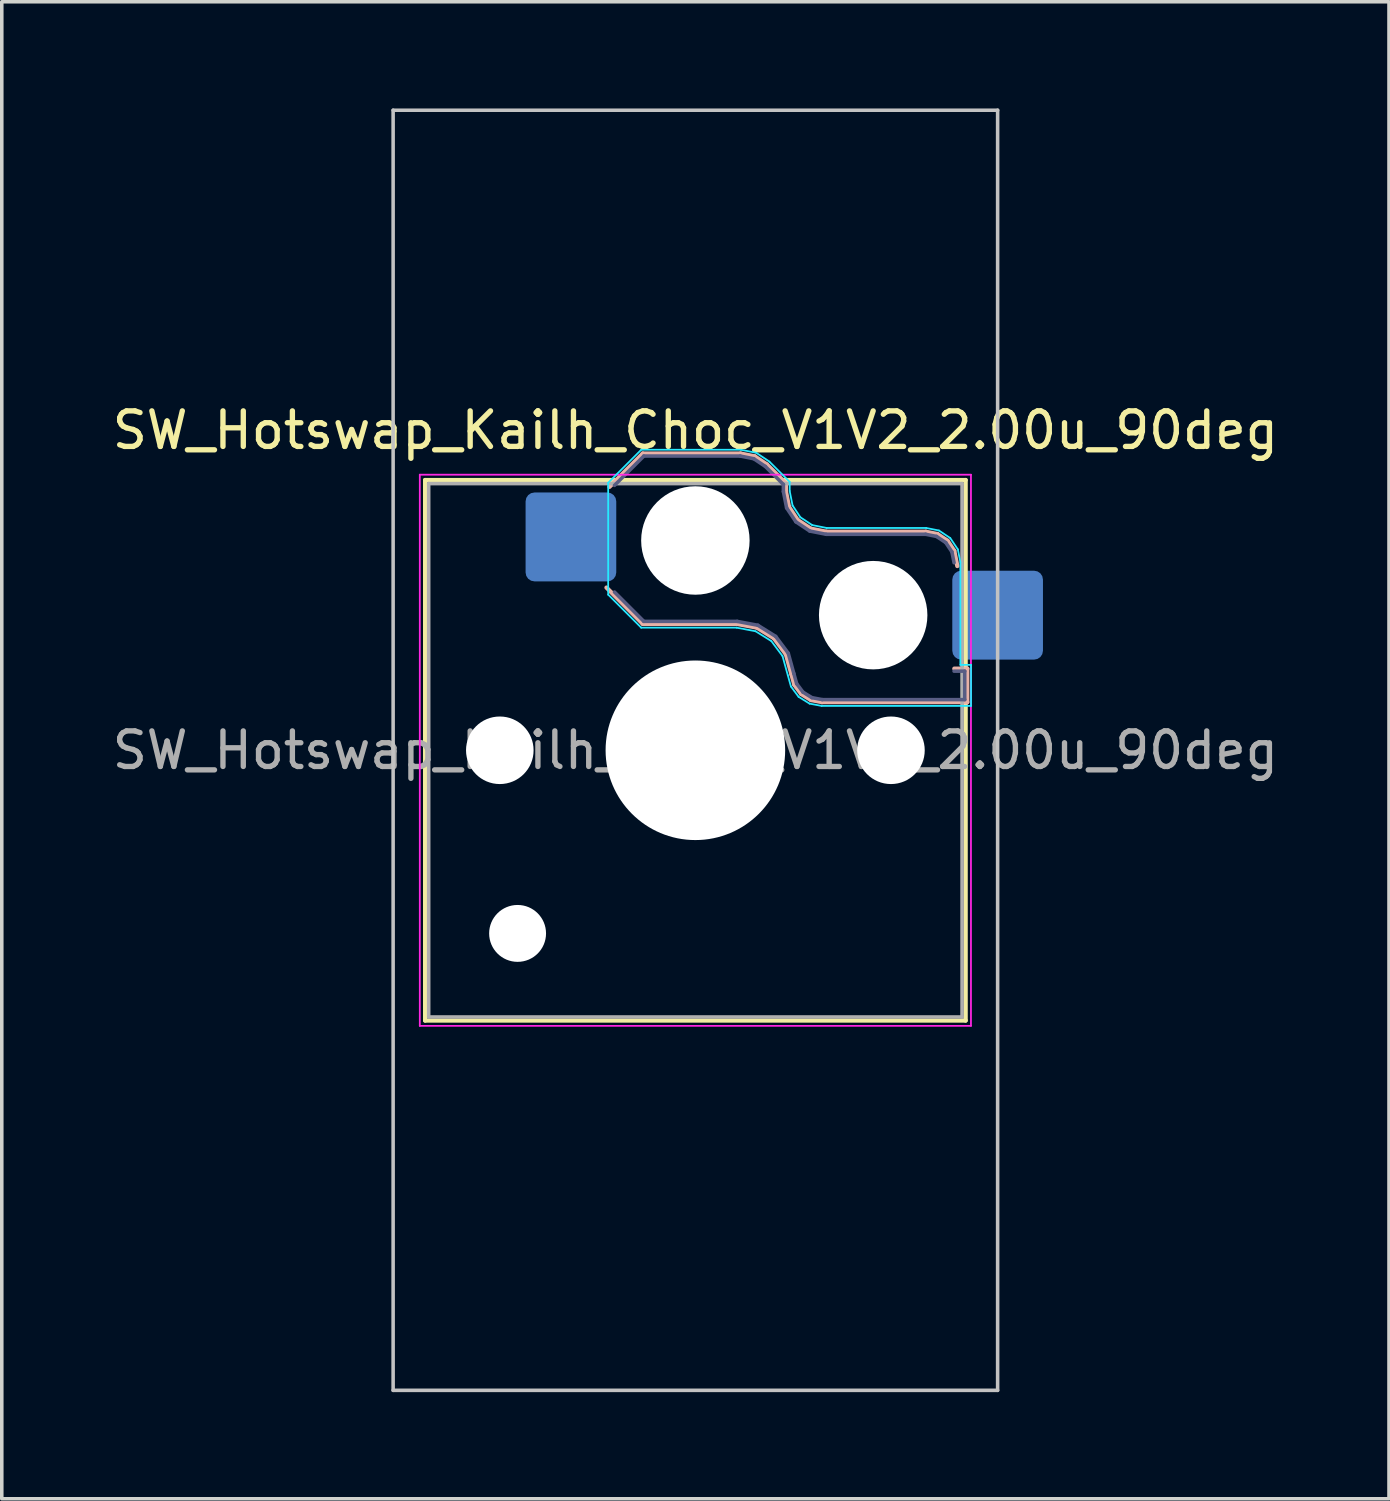
<source format=kicad_pcb>
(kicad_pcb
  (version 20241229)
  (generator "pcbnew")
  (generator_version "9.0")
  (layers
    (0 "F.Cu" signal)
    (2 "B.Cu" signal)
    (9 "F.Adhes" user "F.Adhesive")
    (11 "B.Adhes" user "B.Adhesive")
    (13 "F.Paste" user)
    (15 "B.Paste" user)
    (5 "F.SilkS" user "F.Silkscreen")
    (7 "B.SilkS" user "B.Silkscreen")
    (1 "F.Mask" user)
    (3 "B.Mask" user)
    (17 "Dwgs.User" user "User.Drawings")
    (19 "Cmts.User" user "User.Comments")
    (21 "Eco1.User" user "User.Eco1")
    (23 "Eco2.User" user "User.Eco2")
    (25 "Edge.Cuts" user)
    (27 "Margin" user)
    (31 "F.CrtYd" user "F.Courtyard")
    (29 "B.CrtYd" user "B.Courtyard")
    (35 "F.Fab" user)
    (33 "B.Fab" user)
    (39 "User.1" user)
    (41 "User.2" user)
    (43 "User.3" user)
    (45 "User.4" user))
  (footprint "SW_Hotswap_Kailh_Choc_V1V2_2.00u_90deg"
    (layer "F.Cu")
    (at 16.506 18.05)
    (property "Reference" "SW_Hotswap_Kailh_Choc_V1V2_2.00u_90deg" (at 0 -9 0) (layer "F.SilkS") (effects (font (size 1 1) (thickness 0.15))))
    (attr smd)
    (fp_line (start -7.6 -7.6) (end -7.6 7.6) (stroke (width 0.12) (type solid)) (layer "F.SilkS"))
    (fp_line (start -7.6 7.6) (end 7.6 7.6) (stroke (width 0.12) (type solid)) (layer "F.SilkS"))
    (fp_line (start 7.6 -7.6) (end -7.6 -7.6) (stroke (width 0.12) (type solid)) (layer "F.SilkS"))
    (fp_line (start 7.6 7.6) (end 7.6 -7.6) (stroke (width 0.12) (type solid)) (layer "F.SilkS"))
    (fp_line (start -2.416 -7.409) (end -1.479 -8.346) (stroke (width 0.12) (type solid)) (layer "B.SilkS"))
    (fp_line (start -1.479 -8.346) (end 1.268 -8.346) (stroke (width 0.12) (type solid)) (layer "B.SilkS"))
    (fp_line (start -1.479 -3.554) (end -2.5 -4.575) (stroke (width 0.12) (type solid)) (layer "B.SilkS"))
    (fp_line (start 1.168 -3.554) (end -1.479 -3.554) (stroke (width 0.12) (type solid)) (layer "B.SilkS"))
    (fp_line (start 1.268 -8.346) (end 1.671 -8.266) (stroke (width 0.12) (type solid)) (layer "B.SilkS"))
    (fp_line (start 1.671 -8.266) (end 2.013 -8.037) (stroke (width 0.12) (type solid)) (layer "B.SilkS"))
    (fp_line (start 1.73 -3.449) (end 1.168 -3.554) (stroke (width 0.12) (type solid)) (layer "B.SilkS"))
    (fp_line (start 2.013 -8.037) (end 2.546 -7.504) (stroke (width 0.12) (type solid)) (layer "B.SilkS"))
    (fp_line (start 2.209 -3.15) (end 1.73 -3.449) (stroke (width 0.12) (type solid)) (layer "B.SilkS"))
    (fp_line (start 2.546 -7.504) (end 2.546 -7.282) (stroke (width 0.12) (type solid)) (layer "B.SilkS"))
    (fp_line (start 2.546 -7.282) (end 2.633 -6.844) (stroke (width 0.12) (type solid)) (layer "B.SilkS"))
    (fp_line (start 2.547 -2.697) (end 2.209 -3.15) (stroke (width 0.12) (type solid)) (layer "B.SilkS"))
    (fp_line (start 2.633 -6.844) (end 2.877 -6.477) (stroke (width 0.12) (type solid)) (layer "B.SilkS"))
    (fp_line (start 2.701 -2.139) (end 2.547 -2.697) (stroke (width 0.12) (type solid)) (layer "B.SilkS"))
    (fp_line (start 2.783 -1.841) (end 2.701 -2.139) (stroke (width 0.12) (type solid)) (layer "B.SilkS"))
    (fp_line (start 2.877 -6.477) (end 3.244 -6.233) (stroke (width 0.12) (type solid)) (layer "B.SilkS"))
    (fp_line (start 2.976 -1.583) (end 2.783 -1.841) (stroke (width 0.12) (type solid)) (layer "B.SilkS"))
    (fp_line (start 3.244 -6.233) (end 3.682 -6.146) (stroke (width 0.12) (type solid)) (layer "B.SilkS"))
    (fp_line (start 3.25 -1.413) (end 2.976 -1.583) (stroke (width 0.12) (type solid)) (layer "B.SilkS"))
    (fp_line (start 3.56 -1.354) (end 3.25 -1.413) (stroke (width 0.12) (type solid)) (layer "B.SilkS"))
    (fp_line (start 3.682 -6.146) (end 6.482 -6.146) (stroke (width 0.12) (type solid)) (layer "B.SilkS"))
    (fp_line (start 6.482 -6.146) (end 6.809 -6.081) (stroke (width 0.12) (type solid)) (layer "B.SilkS"))
    (fp_line (start 6.809 -6.081) (end 7.092 -5.892) (stroke (width 0.12) (type solid)) (layer "B.SilkS"))
    (fp_line (start 7.092 -5.892) (end 7.281 -5.609) (stroke (width 0.12) (type solid)) (layer "B.SilkS"))
    (fp_line (start 7.281 -5.609) (end 7.366 -5.182) (stroke (width 0.12) (type solid)) (layer "B.SilkS"))
    (fp_line (start 7.283 -2.296) (end 7.646 -2.296) (stroke (width 0.12) (type solid)) (layer "B.SilkS"))
    (fp_line (start 7.646 -2.296) (end 7.646 -1.354) (stroke (width 0.12) (type solid)) (layer "B.SilkS"))
    (fp_line (start 7.646 -1.354) (end 3.56 -1.354) (stroke (width 0.12) (type solid)) (layer "B.SilkS"))
    (fp_line (start -8.5 -18) (end 8.5 -18) (stroke (width 0.1) (type solid)) (layer "Dwgs.User"))
    (fp_line (start -8.5 18) (end -8.5 -18) (stroke (width 0.1) (type solid)) (layer "Dwgs.User"))
    (fp_line (start 8.5 -18) (end 8.5 18) (stroke (width 0.1) (type solid)) (layer "Dwgs.User"))
    (fp_line (start 8.5 18) (end -8.5 18) (stroke (width 0.1) (type solid)) (layer "Dwgs.User"))
    (fp_line (start -7.25 -7.25) (end -7.25 7.25) (stroke (width 0.1) (type solid)) (layer "Eco1.User"))
    (fp_line (start -7.25 7.25) (end 7.25 7.25) (stroke (width 0.1) (type solid)) (layer "Eco1.User"))
    (fp_line (start 7.25 -7.25) (end -7.25 -7.25) (stroke (width 0.1) (type solid)) (layer "Eco1.User"))
    (fp_line (start 7.25 7.25) (end 7.25 -7.25) (stroke (width 0.1) (type solid)) (layer "Eco1.User"))
    (fp_line (start -2.452 -7.523) (end -1.523 -8.452) (stroke (width 0.05) (type solid)) (layer "B.CrtYd"))
    (fp_line (start -2.452 -4.377) (end -2.452 -7.523) (stroke (width 0.05) (type solid)) (layer "B.CrtYd"))
    (fp_line (start -1.523 -8.452) (end 1.278 -8.452) (stroke (width 0.05) (type solid)) (layer "B.CrtYd"))
    (fp_line (start -1.523 -3.448) (end -2.452 -4.377) (stroke (width 0.05) (type solid)) (layer "B.CrtYd"))
    (fp_line (start 1.159 -3.448) (end -1.523 -3.448) (stroke (width 0.05) (type solid)) (layer "B.CrtYd"))
    (fp_line (start 1.278 -8.452) (end 1.712 -8.366) (stroke (width 0.05) (type solid)) (layer "B.CrtYd"))
    (fp_line (start 1.691 -3.348) (end 1.159 -3.448) (stroke (width 0.05) (type solid)) (layer "B.CrtYd"))
    (fp_line (start 1.712 -8.366) (end 2.081 -8.119) (stroke (width 0.05) (type solid)) (layer "B.CrtYd"))
    (fp_line (start 2.081 -8.119) (end 2.652 -7.548) (stroke (width 0.05) (type solid)) (layer "B.CrtYd"))
    (fp_line (start 2.136 -3.071) (end 1.691 -3.348) (stroke (width 0.05) (type solid)) (layer "B.CrtYd"))
    (fp_line (start 2.45 -2.65) (end 2.136 -3.071) (stroke (width 0.05) (type solid)) (layer "B.CrtYd"))
    (fp_line (start 2.599 -2.111) (end 2.45 -2.65) (stroke (width 0.05) (type solid)) (layer "B.CrtYd"))
    (fp_line (start 2.652 -7.548) (end 2.652 -7.292) (stroke (width 0.05) (type solid)) (layer "B.CrtYd"))
    (fp_line (start 2.652 -7.292) (end 2.733 -6.885) (stroke (width 0.05) (type solid)) (layer "B.CrtYd"))
    (fp_line (start 2.687 -1.794) (end 2.599 -2.111) (stroke (width 0.05) (type solid)) (layer "B.CrtYd"))
    (fp_line (start 2.733 -6.885) (end 2.953 -6.553) (stroke (width 0.05) (type solid)) (layer "B.CrtYd"))
    (fp_line (start 2.903 -1.503) (end 2.687 -1.794) (stroke (width 0.05) (type solid)) (layer "B.CrtYd"))
    (fp_line (start 2.953 -6.553) (end 3.285 -6.333) (stroke (width 0.05) (type solid)) (layer "B.CrtYd"))
    (fp_line (start 3.211 -1.312) (end 2.903 -1.503) (stroke (width 0.05) (type solid)) (layer "B.CrtYd"))
    (fp_line (start 3.285 -6.333) (end 3.692 -6.252) (stroke (width 0.05) (type solid)) (layer "B.CrtYd"))
    (fp_line (start 3.55 -1.248) (end 3.211 -1.312) (stroke (width 0.05) (type solid)) (layer "B.CrtYd"))
    (fp_line (start 3.692 -6.252) (end 6.492 -6.252) (stroke (width 0.05) (type solid)) (layer "B.CrtYd"))
    (fp_line (start 6.492 -6.252) (end 6.85 -6.181) (stroke (width 0.05) (type solid)) (layer "B.CrtYd"))
    (fp_line (start 6.85 -6.181) (end 7.168 -5.968) (stroke (width 0.05) (type solid)) (layer "B.CrtYd"))
    (fp_line (start 7.168 -5.968) (end 7.381 -5.65) (stroke (width 0.05) (type solid)) (layer "B.CrtYd"))
    (fp_line (start 7.381 -5.65) (end 7.452 -5.292) (stroke (width 0.05) (type solid)) (layer "B.CrtYd"))
    (fp_line (start 7.452 -5.292) (end 7.452 -2.402) (stroke (width 0.05) (type solid)) (layer "B.CrtYd"))
    (fp_line (start 7.452 -2.402) (end 7.752 -2.402) (stroke (width 0.05) (type solid)) (layer "B.CrtYd"))
    (fp_line (start 7.752 -2.402) (end 7.752 -1.248) (stroke (width 0.05) (type solid)) (layer "B.CrtYd"))
    (fp_line (start 7.752 -1.248) (end 3.55 -1.248) (stroke (width 0.05) (type solid)) (layer "B.CrtYd"))
    (fp_line (start -7.75 -7.75) (end -7.75 7.75) (stroke (width 0.05) (type solid)) (layer "F.CrtYd"))
    (fp_line (start -7.75 7.75) (end 7.75 7.75) (stroke (width 0.05) (type solid)) (layer "F.CrtYd"))
    (fp_line (start 7.75 -7.75) (end -7.75 -7.75) (stroke (width 0.05) (type solid)) (layer "F.CrtYd"))
    (fp_line (start 7.75 7.75) (end 7.75 -7.75) (stroke (width 0.05) (type solid)) (layer "F.CrtYd"))
    (fp_line (start -2.275 -7.45) (end -1.45 -8.275) (stroke (width 0.1) (type solid)) (layer "B.Fab"))
    (fp_line (start -1.45 -8.275) (end 1.261 -8.275) (stroke (width 0.1) (type solid)) (layer "B.Fab"))
    (fp_line (start -1.45 -3.625) (end -2.275 -4.45) (stroke (width 0.1) (type solid)) (layer "B.Fab"))
    (fp_line (start 1.175 -3.625) (end -1.45 -3.625) (stroke (width 0.1) (type solid)) (layer "B.Fab"))
    (fp_line (start 1.261 -8.275) (end 1.643 -8.199) (stroke (width 0.1) (type solid)) (layer "B.Fab"))
    (fp_line (start 1.643 -8.199) (end 1.968 -7.982) (stroke (width 0.1) (type solid)) (layer "B.Fab"))
    (fp_line (start 1.756 -3.516) (end 1.175 -3.625) (stroke (width 0.1) (type solid)) (layer "B.Fab"))
    (fp_line (start 1.968 -7.982) (end 2.475 -7.475) (stroke (width 0.1) (type solid)) (layer "B.Fab"))
    (fp_line (start 2.258 -3.203) (end 1.756 -3.516) (stroke (width 0.1) (type solid)) (layer "B.Fab"))
    (fp_line (start 2.475 -7.475) (end 2.475 -7.275) (stroke (width 0.1) (type solid)) (layer "B.Fab"))
    (fp_line (start 2.475 -7.275) (end 2.566 -6.816) (stroke (width 0.1) (type solid)) (layer "B.Fab"))
    (fp_line (start 2.566 -6.816) (end 2.826 -6.426) (stroke (width 0.1) (type solid)) (layer "B.Fab"))
    (fp_line (start 2.612 -2.729) (end 2.258 -3.203) (stroke (width 0.1) (type solid)) (layer "B.Fab"))
    (fp_line (start 2.769 -2.158) (end 2.612 -2.729) (stroke (width 0.1) (type solid)) (layer "B.Fab"))
    (fp_line (start 2.826 -6.426) (end 3.216 -6.166) (stroke (width 0.1) (type solid)) (layer "B.Fab"))
    (fp_line (start 2.848 -1.873) (end 2.769 -2.158) (stroke (width 0.1) (type solid)) (layer "B.Fab"))
    (fp_line (start 3.025 -1.636) (end 2.848 -1.873) (stroke (width 0.1) (type solid)) (layer "B.Fab"))
    (fp_line (start 3.216 -6.166) (end 3.675 -6.075) (stroke (width 0.1) (type solid)) (layer "B.Fab"))
    (fp_line (start 3.276 -1.48) (end 3.025 -1.636) (stroke (width 0.1) (type solid)) (layer "B.Fab"))
    (fp_line (start 3.567 -1.425) (end 3.276 -1.48) (stroke (width 0.1) (type solid)) (layer "B.Fab"))
    (fp_line (start 3.675 -6.075) (end 6.475 -6.075) (stroke (width 0.1) (type solid)) (layer "B.Fab"))
    (fp_line (start 6.475 -6.075) (end 6.781 -6.014) (stroke (width 0.1) (type solid)) (layer "B.Fab"))
    (fp_line (start 6.781 -6.014) (end 7.041 -5.841) (stroke (width 0.1) (type solid)) (layer "B.Fab"))
    (fp_line (start 7.041 -5.841) (end 7.214 -5.581) (stroke (width 0.1) (type solid)) (layer "B.Fab"))
    (fp_line (start 7.214 -5.581) (end 7.275 -5.275) (stroke (width 0.1) (type solid)) (layer "B.Fab"))
    (fp_line (start 7.275 -2.225) (end 7.575 -2.225) (stroke (width 0.1) (type solid)) (layer "B.Fab"))
    (fp_line (start 7.575 -2.225) (end 7.575 -1.425) (stroke (width 0.1) (type solid)) (layer "B.Fab"))
    (fp_line (start 7.575 -1.425) (end 3.567 -1.425) (stroke (width 0.1) (type solid)) (layer "B.Fab"))
    (fp_line (start -7.5 -7.5) (end -7.5 7.5) (stroke (width 0.1) (type solid)) (layer "F.Fab"))
    (fp_line (start -7.5 7.5) (end 7.5 7.5) (stroke (width 0.1) (type solid)) (layer "F.Fab"))
    (fp_line (start 7.5 -7.5) (end -7.5 -7.5) (stroke (width 0.1) (type solid)) (layer "F.Fab"))
    (fp_line (start 7.5 7.5) (end 7.5 -7.5) (stroke (width 0.1) (type solid)) (layer "F.Fab"))
    (fp_text user "${REFERENCE}" (at 0 0 0) (layer "F.Fab") (effects (font (size 1 1) (thickness 0.15))))
    (pad "" np_thru_hole circle (at -5.5 0) (size 1.9 1.9) (drill 1.9) (layers "*.Cu" "*.Mask"))
    (pad "" np_thru_hole circle (at -5 5.15) (size 1.6 1.6) (drill 1.6) (layers "*.Cu" "*.Mask"))
    (pad "" np_thru_hole circle (at 0 -5.9) (size 3.05 3.05) (drill 3.05) (layers "*.Cu" "*.Mask"))
    (pad "" np_thru_hole circle (at 0 0) (size 5.05 5.05) (drill 5.05) (layers "*.Cu" "*.Mask"))
    (pad "" np_thru_hole circle (at 5 -3.8) (size 3.05 3.05) (drill 3.05) (layers "*.Cu" "*.Mask"))
    (pad "" np_thru_hole circle (at 5.5 0) (size 1.9 1.9) (drill 1.9) (layers "*.Cu" "*.Mask"))
    (pad "1" smd roundrect (at -3.5 -6) (size 2.55 2.5) (layers "B.Cu" "B.Mask" "B.Paste") (roundrect_rratio 0.1))
    (pad "2" smd roundrect (at 8.5 -3.8) (size 2.55 2.5) (layers "B.Cu" "B.Mask" "B.Paste") (roundrect_rratio 0.1)))
  (gr_rect
    (start -3 -3)
    (end 36.012 39.1)
    (stroke (width 0.1) (type default))
    (fill no)
    (layer "Edge.Cuts")))
</source>
